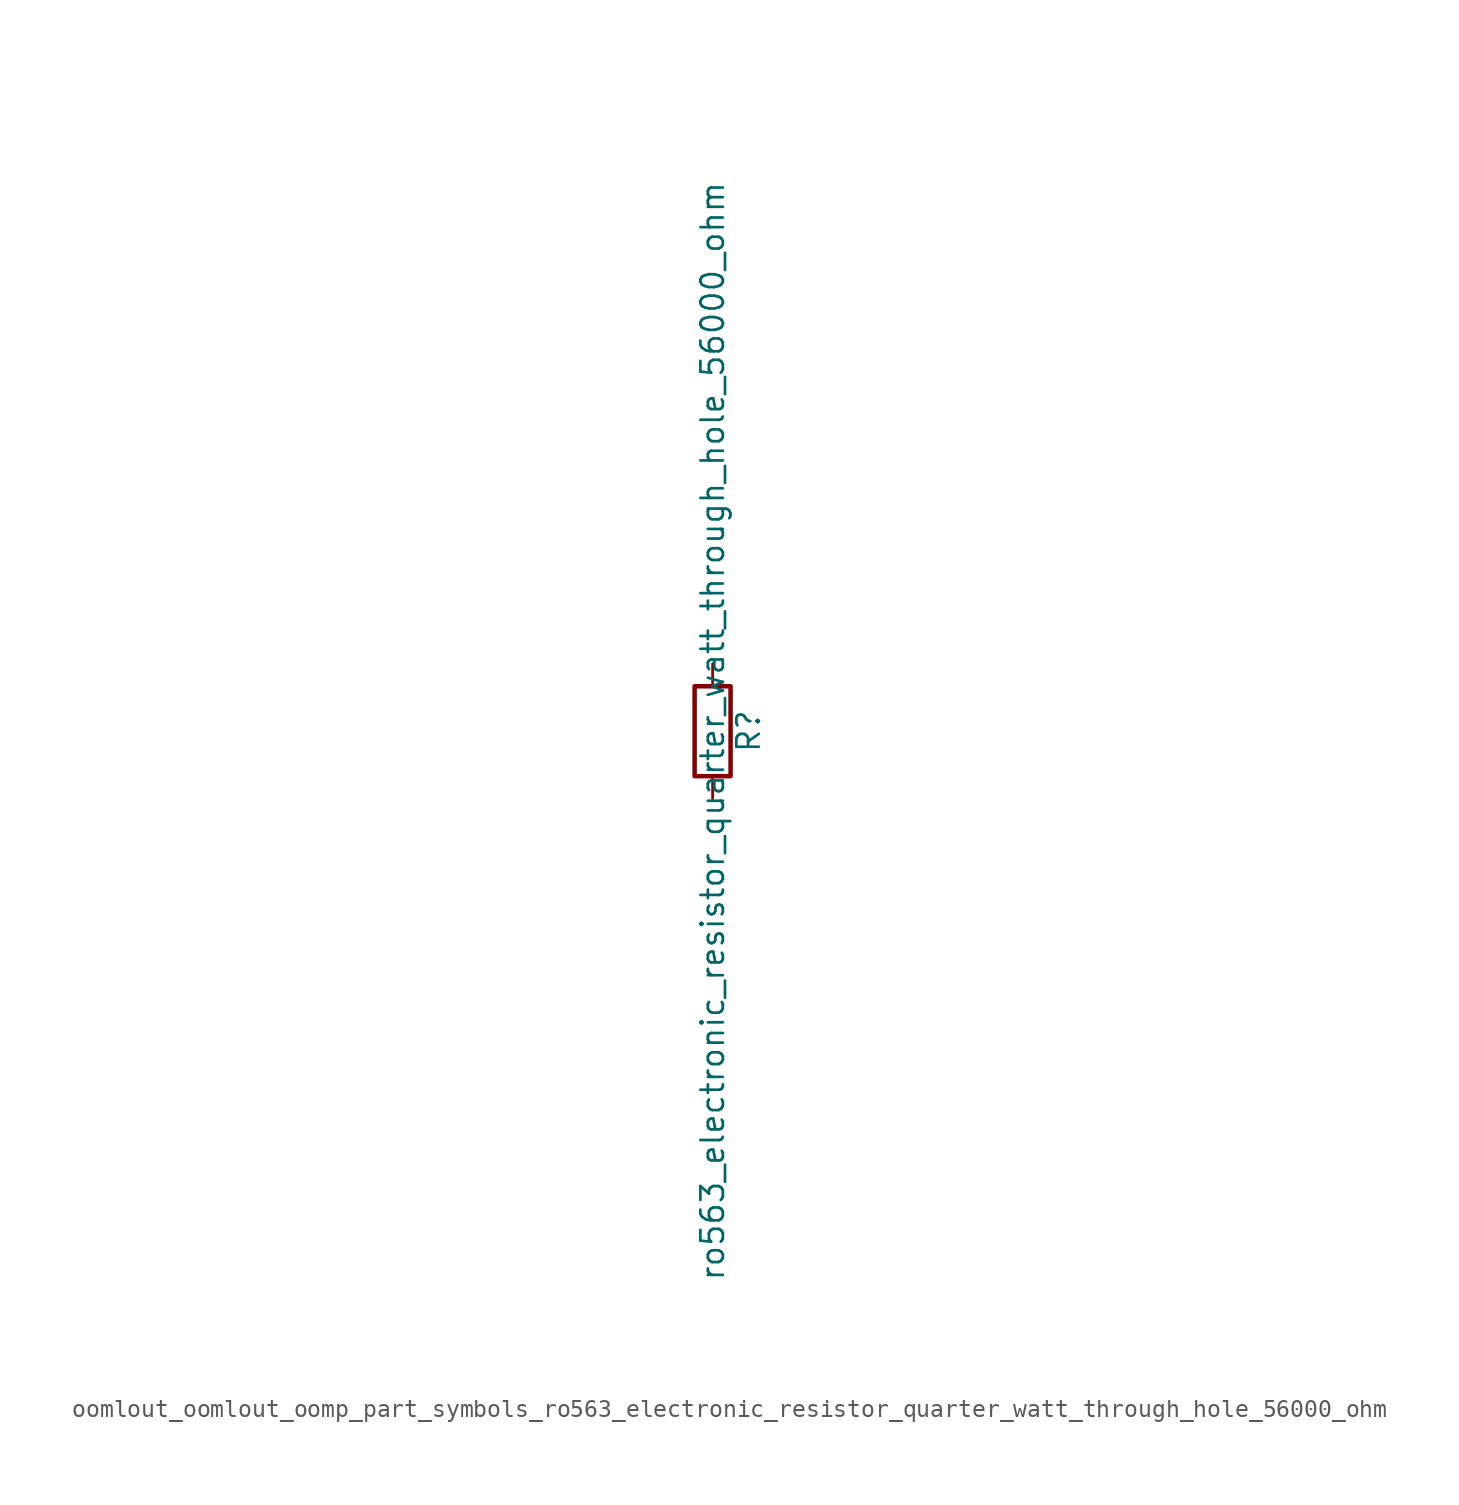
<source format=kicad_sym>
(kicad_symbol_lib
  (version 20220914)
  (generator kicad_symbol_editor)
  (symbol "oomlout_oomlout_oomp_part_symbols_ro563_electronic_resistor_quarter_watt_through_hole_56000_ohm"
    (pin_numbers hide)
    (pin_names
      (offset 0))
    (property "Reference" "R"
      (at 2.032 0 90)
      (effects (font (size 1.27 1.27))))
    (property "Value" "ro563_electronic_resistor_quarter_watt_through_hole_56000_ohm"
      (at 0 0 90)
      (effects (font (size 1.27 1.27))))
    (symbol "oomlout_oomlout_oomp_part_symbols_ro563_electronic_resistor_quarter_watt_through_hole_56000_ohm_0_1"
      (rectangle (start -1.016 -2.54) (end 1.016 2.54) (stroke (width 0.254) (type default)) (fill (type none))))
    (symbol "oomlout_oomlout_oomp_part_symbols_ro563_electronic_resistor_quarter_watt_through_hole_56000_ohm_1_1"
      (pin passive line (at 0 3.81 270) (length 1.27) (name "~" (effects (font (size 1.27 1.27)))) (number "1" (effects (font (size 1.27 1.27)))))
      (pin passive line (at 0 -3.81 90) (length 1.27) (name "~" (effects (font (size 1.27 1.27)))) (number "2" (effects (font (size 1.27 1.27))))))))
</source>
